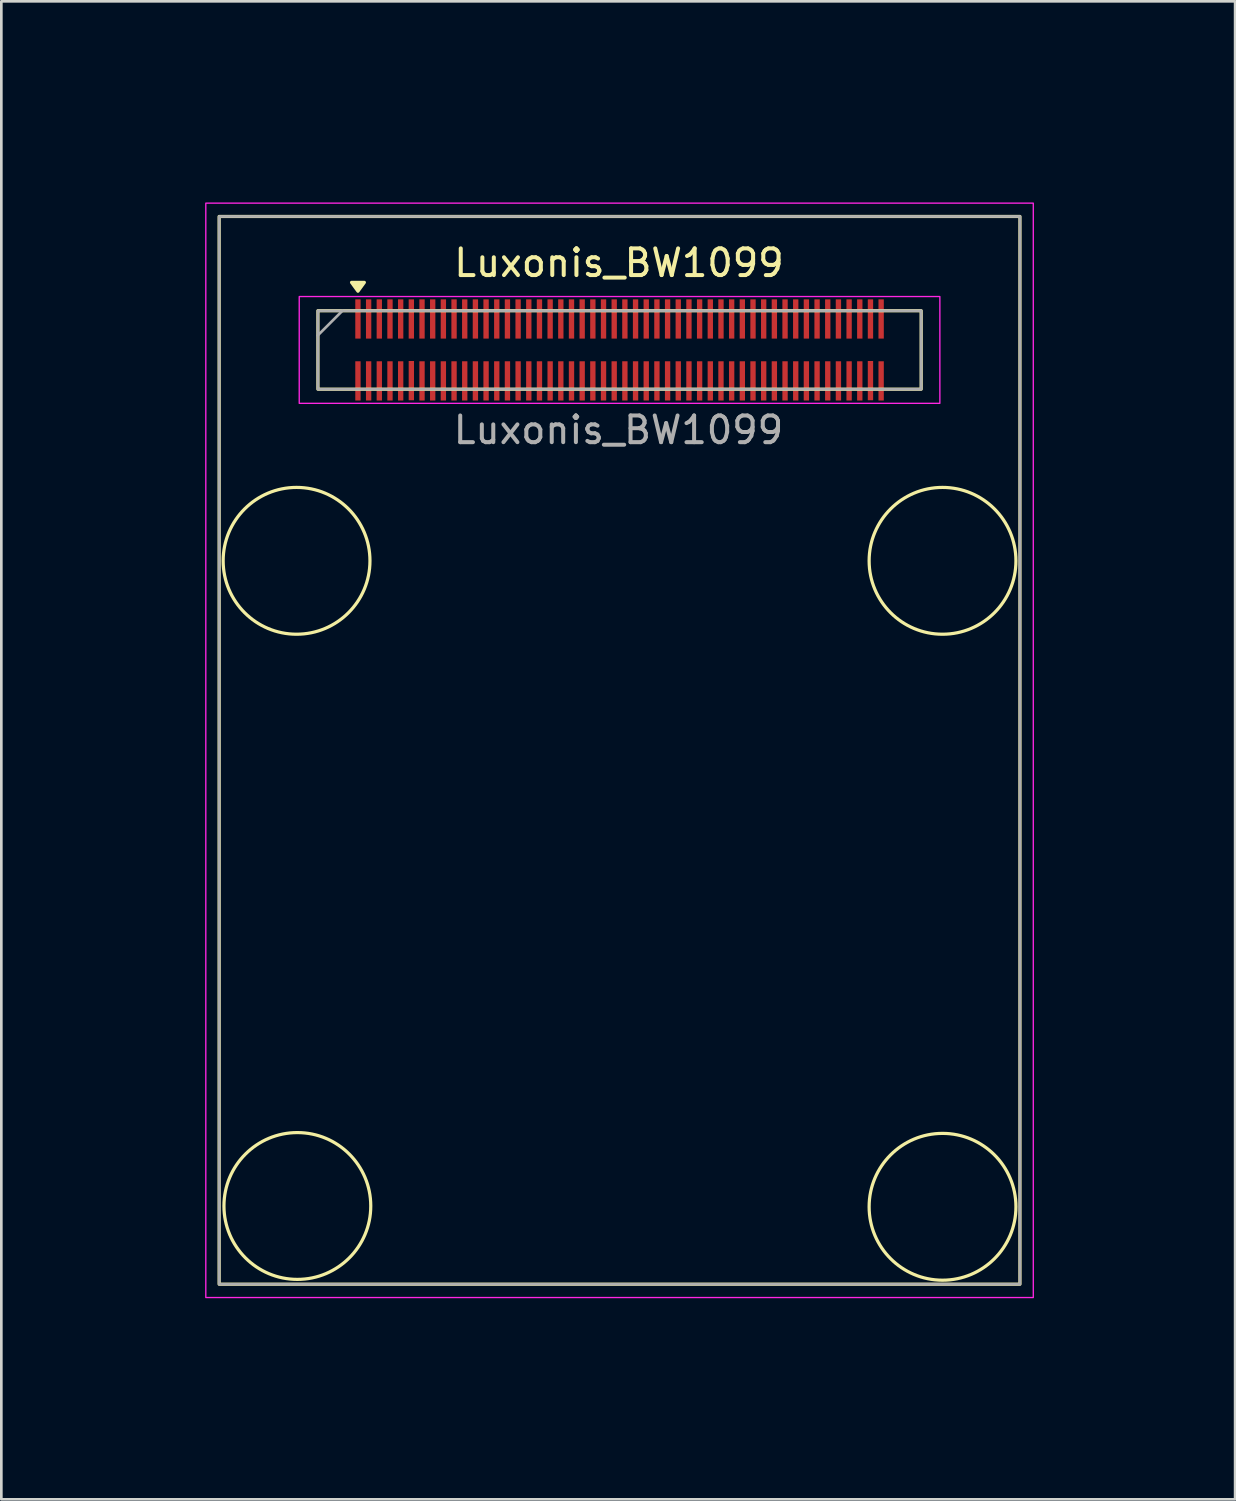
<source format=kicad_pcb>
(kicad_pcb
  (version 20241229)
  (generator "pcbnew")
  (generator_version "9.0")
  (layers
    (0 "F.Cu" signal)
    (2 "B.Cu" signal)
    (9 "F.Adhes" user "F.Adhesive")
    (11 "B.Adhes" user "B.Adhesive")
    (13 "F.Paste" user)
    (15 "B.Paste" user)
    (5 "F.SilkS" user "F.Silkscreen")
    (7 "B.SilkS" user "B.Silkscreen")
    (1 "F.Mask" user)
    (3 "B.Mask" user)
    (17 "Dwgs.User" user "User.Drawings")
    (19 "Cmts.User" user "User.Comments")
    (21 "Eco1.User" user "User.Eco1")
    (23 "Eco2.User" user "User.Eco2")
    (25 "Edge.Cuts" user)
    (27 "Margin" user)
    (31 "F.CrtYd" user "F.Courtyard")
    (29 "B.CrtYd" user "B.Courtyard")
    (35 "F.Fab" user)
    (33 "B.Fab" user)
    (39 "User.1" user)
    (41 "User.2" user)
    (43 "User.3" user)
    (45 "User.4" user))
  (footprint "Luxonis_BW1099"
    (layer "F.Cu")
    (at 20.16 25.06)
    (property "Reference" "Luxonis_BW1099" (at -0.02 -18.26 0) (unlocked yes) (layer "F.SilkS") (effects (font (size 1 1) (thickness 0.15))))
    (attr smd)
    (fp_rect (start -15 -20) (end 15 20) (stroke (width 0.12) (type solid)) (fill no) (layer "F.SilkS"))
    (fp_rect (start -11.3 -16.47) (end 11.3 -13.53) (stroke (width 0.12) (type solid)) (fill no) (layer "F.SilkS"))
    (fp_circle (center -12.1 -7.1) (end -9.35 -7.1) (stroke (width 0.12) (type solid)) (fill no) (layer "F.SilkS"))
    (fp_circle (center -12.07 17.07) (end -9.32 17.07) (stroke (width 0.12) (type solid)) (fill no) (layer "F.SilkS"))
    (fp_circle (center 12.1 -7.1) (end 14.85 -7.1) (stroke (width 0.12) (type solid)) (fill no) (layer "F.SilkS"))
    (fp_circle (center 12.1 17.1) (end 14.85 17.1) (stroke (width 0.12) (type solid)) (fill no) (layer "F.SilkS"))
    (fp_poly (pts (xy -9.8 -17.2) (xy -10.04 -17.53) (xy -9.56 -17.53) (xy -9.8 -17.2)) (stroke (width 0.12) (type solid)) (fill yes) (layer "F.SilkS"))
    (fp_rect (start -15.5 -20.5) (end 15.5 20.5) (stroke (width 0.05) (type default)) (fill no) (layer "F.CrtYd"))
    (fp_rect (start -12 -17) (end 12 -13) (stroke (width 0.05) (type solid)) (fill no) (layer "F.CrtYd"))
    (fp_line (start -10.38 -16.47) (end -11.31 -15.54) (stroke (width 0.1) (type solid)) (layer "F.Fab"))
    (fp_rect (start -15 -20) (end 15 20) (stroke (width 0.1) (type solid)) (fill no) (layer "F.Fab"))
    (fp_rect (start -11.3 -16.47) (end 11.3 -13.53) (stroke (width 0.1) (type solid)) (fill no) (layer "F.Fab"))
    (fp_line (start -20 -15) (end 20 -15) (stroke (width 0.12) (type solid)) (layer "User.1"))
    (fp_line (start -15.3 20) (end -20 20) (stroke (width 0.12) (type solid)) (layer "User.1"))
    (fp_line (start -15.2 -20) (end -20 -20) (stroke (width 0.12) (type solid)) (layer "User.1"))
    (fp_line (start -15 -20.3) (end -15 -25) (stroke (width 0.12) (type solid)) (layer "User.1"))
    (fp_line (start -12.1 -7.1) (end 20 -7.1) (stroke (width 0.12) (type solid)) (layer "User.1"))
    (fp_line (start 0 -25) (end 0 25) (stroke (width 0.12) (type solid)) (layer "User.1"))
    (fp_line (start 12.1 -7) (end 12.1 -25) (stroke (width 0.12) (type solid)) (layer "User.1"))
    (fp_line (start 12.1 -7) (end 12.1 25) (stroke (width 0.12) (type solid)) (layer "User.1"))
    (fp_line (start 20 17.1) (end -12.1 17.1) (stroke (width 0.12) (type solid)) (layer "User.1"))
    (fp_text user "${REFERENCE}" (at -0.04 -12 0) (unlocked yes) (layer "F.Fab") (effects (font (size 1 1) (thickness 0.15))))
    (fp_text user "<7.9mm>" (at 18.1 -11.1 90) (unlocked yes) (layer "User.1") (effects (font (size 1 1) (thickness 0.1))))
    (fp_text user "< ---------- 35mm ---------- >" (at -18.1 2.425 90) (unlocked yes) (layer "User.1") (effects (font (size 1 1) (thickness 0.1))))
    (fp_text user "<- 12.1mm ->" (at 6.15 -22.425 0) (unlocked yes) (layer "User.1") (effects (font (size 1 1) (thickness 0.1))))
    (fp_text user "-> 5mm <-" (at -19.4 -17.5 90) (unlocked yes) (layer "User.1") (effects (font (size 1 1) (thickness 0.1))))
    (fp_text user "4x M2 mount" (at 10.725 0.85 90) (unlocked yes) (layer "User.1") (effects (font (size 1 1) (thickness 0.15))))
    (fp_text user "<------ 24.2mm ----->" (at 18.1 4.8 90) (unlocked yes) (layer "User.1") (effects (font (size 1 1) (thickness 0.1))))
    (fp_text user "<-- 15mm -->" (at -7.3 -22.4 0) (unlocked yes) (layer "User.1") (effects (font (size 1 1) (thickness 0.1))))
    (pad "1" smd roundrect (at -9.8 -16.16) (size 0.2 1.47) (layers "F.Cu" "F.Mask" "F.Paste") (roundrect_rratio 0.02))
    (pad "2" smd roundrect (at -9.8 -13.84) (size 0.2 1.47) (layers "F.Cu" "F.Mask" "F.Paste") (roundrect_rratio 0.02))
    (pad "3" smd roundrect (at -9.4 -16.16) (size 0.2 1.47) (layers "F.Cu" "F.Mask" "F.Paste") (roundrect_rratio 0.02))
    (pad "4" smd roundrect (at -9.4 -13.84) (size 0.2 1.47) (layers "F.Cu" "F.Mask" "F.Paste") (roundrect_rratio 0.02))
    (pad "5" smd roundrect (at -9 -16.16) (size 0.2 1.47) (layers "F.Cu" "F.Mask" "F.Paste") (roundrect_rratio 0.02))
    (pad "6" smd roundrect (at -9 -13.84) (size 0.2 1.47) (layers "F.Cu" "F.Mask" "F.Paste") (roundrect_rratio 0.02))
    (pad "7" smd roundrect (at -8.6 -16.16) (size 0.2 1.47) (layers "F.Cu" "F.Mask" "F.Paste") (roundrect_rratio 0.02))
    (pad "8" smd roundrect (at -8.6 -13.84) (size 0.2 1.47) (layers "F.Cu" "F.Mask" "F.Paste") (roundrect_rratio 0.02))
    (pad "9" smd roundrect (at -8.2 -16.16) (size 0.2 1.47) (layers "F.Cu" "F.Mask" "F.Paste") (roundrect_rratio 0.02))
    (pad "10" smd roundrect (at -8.2 -13.84) (size 0.2 1.47) (layers "F.Cu" "F.Mask" "F.Paste") (roundrect_rratio 0.02))
    (pad "11" smd roundrect (at -7.8 -16.16) (size 0.2 1.47) (layers "F.Cu" "F.Mask" "F.Paste") (roundrect_rratio 0.02))
    (pad "12" smd roundrect (at -7.8 -13.85) (size 0.2 1.47) (layers "F.Cu" "F.Mask" "F.Paste") (roundrect_rratio 0.02))
    (pad "13" smd roundrect (at -7.4 -16.16) (size 0.2 1.47) (layers "F.Cu" "F.Mask" "F.Paste") (roundrect_rratio 0.02))
    (pad "14" smd roundrect (at -7.4 -13.84) (size 0.2 1.47) (layers "F.Cu" "F.Mask" "F.Paste") (roundrect_rratio 0.02))
    (pad "15" smd roundrect (at -7 -16.16) (size 0.2 1.47) (layers "F.Cu" "F.Mask" "F.Paste") (roundrect_rratio 0.02))
    (pad "16" smd roundrect (at -7 -13.84) (size 0.2 1.47) (layers "F.Cu" "F.Mask" "F.Paste") (roundrect_rratio 0.02))
    (pad "17" smd roundrect (at -6.6 -16.16) (size 0.2 1.47) (layers "F.Cu" "F.Mask" "F.Paste") (roundrect_rratio 0.02))
    (pad "18" smd roundrect (at -6.6 -13.84) (size 0.2 1.47) (layers "F.Cu" "F.Mask" "F.Paste") (roundrect_rratio 0.02))
    (pad "19" smd roundrect (at -6.2 -16.16) (size 0.2 1.47) (layers "F.Cu" "F.Mask" "F.Paste") (roundrect_rratio 0.02))
    (pad "20" smd roundrect (at -6.2 -13.84) (size 0.2 1.47) (layers "F.Cu" "F.Mask" "F.Paste") (roundrect_rratio 0.02))
    (pad "21" smd roundrect (at -5.8 -16.16) (size 0.2 1.47) (layers "F.Cu" "F.Mask" "F.Paste") (roundrect_rratio 0.02))
    (pad "22" smd roundrect (at -5.8 -13.84) (size 0.2 1.47) (layers "F.Cu" "F.Mask" "F.Paste") (roundrect_rratio 0.02))
    (pad "23" smd roundrect (at -5.4 -16.16) (size 0.2 1.47) (layers "F.Cu" "F.Mask" "F.Paste") (roundrect_rratio 0.02))
    (pad "24" smd roundrect (at -5.4 -13.84) (size 0.2 1.47) (layers "F.Cu" "F.Mask" "F.Paste") (roundrect_rratio 0.02))
    (pad "25" smd roundrect (at -5 -16.16) (size 0.2 1.47) (layers "F.Cu" "F.Mask" "F.Paste") (roundrect_rratio 0.02))
    (pad "26" smd roundrect (at -5 -13.84) (size 0.2 1.47) (layers "F.Cu" "F.Mask" "F.Paste") (roundrect_rratio 0.02))
    (pad "27" smd roundrect (at -4.6 -16.16) (size 0.2 1.47) (layers "F.Cu" "F.Mask" "F.Paste") (roundrect_rratio 0.02))
    (pad "28" smd roundrect (at -4.6 -13.84) (size 0.2 1.47) (layers "F.Cu" "F.Mask" "F.Paste") (roundrect_rratio 0.02))
    (pad "29" smd roundrect (at -4.2 -16.16) (size 0.2 1.47) (layers "F.Cu" "F.Mask" "F.Paste") (roundrect_rratio 0.02))
    (pad "30" smd roundrect (at -4.2 -13.84) (size 0.2 1.47) (layers "F.Cu" "F.Mask" "F.Paste") (roundrect_rratio 0.02))
    (pad "31" smd roundrect (at -3.8 -16.16) (size 0.2 1.47) (layers "F.Cu" "F.Mask" "F.Paste") (roundrect_rratio 0.02))
    (pad "32" smd roundrect (at -3.8 -13.84) (size 0.2 1.47) (layers "F.Cu" "F.Mask" "F.Paste") (roundrect_rratio 0.02))
    (pad "33" smd roundrect (at -3.4 -16.16) (size 0.2 1.47) (layers "F.Cu" "F.Mask" "F.Paste") (roundrect_rratio 0.02))
    (pad "34" smd roundrect (at -3.4 -13.84) (size 0.2 1.47) (layers "F.Cu" "F.Mask" "F.Paste") (roundrect_rratio 0.02))
    (pad "35" smd roundrect (at -3 -16.16) (size 0.2 1.47) (layers "F.Cu" "F.Mask" "F.Paste") (roundrect_rratio 0.02))
    (pad "36" smd roundrect (at -3 -13.84) (size 0.2 1.47) (layers "F.Cu" "F.Mask" "F.Paste") (roundrect_rratio 0.02))
    (pad "37" smd roundrect (at -2.6 -16.16) (size 0.2 1.47) (layers "F.Cu" "F.Mask" "F.Paste") (roundrect_rratio 0.02))
    (pad "38" smd roundrect (at -2.6 -13.84) (size 0.2 1.47) (layers "F.Cu" "F.Mask" "F.Paste") (roundrect_rratio 0.02))
    (pad "39" smd roundrect (at -2.2 -16.16) (size 0.2 1.47) (layers "F.Cu" "F.Mask" "F.Paste") (roundrect_rratio 0.02))
    (pad "40" smd roundrect (at -2.2 -13.84) (size 0.2 1.47) (layers "F.Cu" "F.Mask" "F.Paste") (roundrect_rratio 0.02))
    (pad "41" smd roundrect (at -1.8 -16.16) (size 0.2 1.47) (layers "F.Cu" "F.Mask" "F.Paste") (roundrect_rratio 0.02))
    (pad "42" smd roundrect (at -1.8 -13.84) (size 0.2 1.47) (layers "F.Cu" "F.Mask" "F.Paste") (roundrect_rratio 0.02))
    (pad "43" smd roundrect (at -1.4 -16.16) (size 0.2 1.47) (layers "F.Cu" "F.Mask" "F.Paste") (roundrect_rratio 0.02))
    (pad "44" smd roundrect (at -1.4 -13.84) (size 0.2 1.47) (layers "F.Cu" "F.Mask" "F.Paste") (roundrect_rratio 0.02))
    (pad "45" smd roundrect (at -1 -16.16) (size 0.2 1.47) (layers "F.Cu" "F.Mask" "F.Paste") (roundrect_rratio 0.02))
    (pad "46" smd roundrect (at -1 -13.84) (size 0.2 1.47) (layers "F.Cu" "F.Mask" "F.Paste") (roundrect_rratio 0.02))
    (pad "47" smd roundrect (at -0.6 -16.16) (size 0.2 1.47) (layers "F.Cu" "F.Mask" "F.Paste") (roundrect_rratio 0.02))
    (pad "48" smd roundrect (at -0.6 -13.84) (size 0.2 1.47) (layers "F.Cu" "F.Mask" "F.Paste") (roundrect_rratio 0.02))
    (pad "49" smd roundrect (at -0.2 -16.16) (size 0.2 1.47) (layers "F.Cu" "F.Mask" "F.Paste") (roundrect_rratio 0.02))
    (pad "50" smd roundrect (at -0.2 -13.84) (size 0.2 1.47) (layers "F.Cu" "F.Mask" "F.Paste") (roundrect_rratio 0.02))
    (pad "51" smd roundrect (at 0.2 -16.16) (size 0.2 1.47) (layers "F.Cu" "F.Mask" "F.Paste") (roundrect_rratio 0.02))
    (pad "52" smd roundrect (at 0.2 -13.84) (size 0.2 1.47) (layers "F.Cu" "F.Mask" "F.Paste") (roundrect_rratio 0.02))
    (pad "53" smd roundrect (at 0.6 -16.16) (size 0.2 1.47) (layers "F.Cu" "F.Mask" "F.Paste") (roundrect_rratio 0.02))
    (pad "54" smd roundrect (at 0.6 -13.84) (size 0.2 1.47) (layers "F.Cu" "F.Mask" "F.Paste") (roundrect_rratio 0.02))
    (pad "55" smd roundrect (at 1 -16.16) (size 0.2 1.47) (layers "F.Cu" "F.Mask" "F.Paste") (roundrect_rratio 0.02))
    (pad "56" smd roundrect (at 1 -13.84) (size 0.2 1.47) (layers "F.Cu" "F.Mask" "F.Paste") (roundrect_rratio 0.02))
    (pad "57" smd roundrect (at 1.4 -16.16) (size 0.2 1.47) (layers "F.Cu" "F.Mask" "F.Paste") (roundrect_rratio 0.02))
    (pad "58" smd roundrect (at 1.4 -13.84) (size 0.2 1.47) (layers "F.Cu" "F.Mask" "F.Paste") (roundrect_rratio 0.02))
    (pad "59" smd roundrect (at 1.8 -16.16) (size 0.2 1.47) (layers "F.Cu" "F.Mask" "F.Paste") (roundrect_rratio 0.02))
    (pad "60" smd roundrect (at 1.8 -13.84) (size 0.2 1.47) (layers "F.Cu" "F.Mask" "F.Paste") (roundrect_rratio 0.02))
    (pad "61" smd roundrect (at 2.2 -16.16) (size 0.2 1.47) (layers "F.Cu" "F.Mask" "F.Paste") (roundrect_rratio 0.02))
    (pad "62" smd roundrect (at 2.2 -13.84) (size 0.2 1.47) (layers "F.Cu" "F.Mask" "F.Paste") (roundrect_rratio 0.02))
    (pad "63" smd roundrect (at 2.6 -16.16) (size 0.2 1.47) (layers "F.Cu" "F.Mask" "F.Paste") (roundrect_rratio 0.02))
    (pad "64" smd roundrect (at 2.6 -13.84) (size 0.2 1.47) (layers "F.Cu" "F.Mask" "F.Paste") (roundrect_rratio 0.02))
    (pad "65" smd roundrect (at 3 -16.16) (size 0.2 1.47) (layers "F.Cu" "F.Mask" "F.Paste") (roundrect_rratio 0.02))
    (pad "66" smd roundrect (at 3 -13.84) (size 0.2 1.47) (layers "F.Cu" "F.Mask" "F.Paste") (roundrect_rratio 0.02))
    (pad "67" smd roundrect (at 3.4 -16.16) (size 0.2 1.47) (layers "F.Cu" "F.Mask" "F.Paste") (roundrect_rratio 0.02))
    (pad "68" smd roundrect (at 3.4 -13.84) (size 0.2 1.47) (layers "F.Cu" "F.Mask" "F.Paste") (roundrect_rratio 0.02))
    (pad "69" smd roundrect (at 3.8 -16.16) (size 0.2 1.47) (layers "F.Cu" "F.Mask" "F.Paste") (roundrect_rratio 0.02))
    (pad "70" smd roundrect (at 3.8 -13.84) (size 0.2 1.47) (layers "F.Cu" "F.Mask" "F.Paste") (roundrect_rratio 0.02))
    (pad "71" smd roundrect (at 4.2 -16.16) (size 0.2 1.47) (layers "F.Cu" "F.Mask" "F.Paste") (roundrect_rratio 0.02))
    (pad "72" smd roundrect (at 4.2 -13.84) (size 0.2 1.47) (layers "F.Cu" "F.Mask" "F.Paste") (roundrect_rratio 0.02))
    (pad "73" smd roundrect (at 4.6 -16.16) (size 0.2 1.47) (layers "F.Cu" "F.Mask" "F.Paste") (roundrect_rratio 0.02))
    (pad "74" smd roundrect (at 4.6 -13.84) (size 0.2 1.47) (layers "F.Cu" "F.Mask" "F.Paste") (roundrect_rratio 0.02))
    (pad "75" smd roundrect (at 5 -16.16) (size 0.2 1.47) (layers "F.Cu" "F.Mask" "F.Paste") (roundrect_rratio 0.02))
    (pad "76" smd roundrect (at 5 -13.84) (size 0.2 1.47) (layers "F.Cu" "F.Mask" "F.Paste") (roundrect_rratio 0.02))
    (pad "77" smd roundrect (at 5.4 -16.16) (size 0.2 1.47) (layers "F.Cu" "F.Mask" "F.Paste") (roundrect_rratio 0.02))
    (pad "78" smd roundrect (at 5.4 -13.84) (size 0.2 1.47) (layers "F.Cu" "F.Mask" "F.Paste") (roundrect_rratio 0.02))
    (pad "79" smd roundrect (at 5.8 -16.16) (size 0.2 1.47) (layers "F.Cu" "F.Mask" "F.Paste") (roundrect_rratio 0.02))
    (pad "80" smd roundrect (at 5.8 -13.84) (size 0.2 1.47) (layers "F.Cu" "F.Mask" "F.Paste") (roundrect_rratio 0.02))
    (pad "81" smd roundrect (at 6.2 -16.16) (size 0.2 1.47) (layers "F.Cu" "F.Mask" "F.Paste") (roundrect_rratio 0.02))
    (pad "82" smd roundrect (at 6.2 -13.84) (size 0.2 1.47) (layers "F.Cu" "F.Mask" "F.Paste") (roundrect_rratio 0.02))
    (pad "83" smd roundrect (at 6.6 -16.16) (size 0.2 1.47) (layers "F.Cu" "F.Mask" "F.Paste") (roundrect_rratio 0.02))
    (pad "84" smd roundrect (at 6.6 -13.84) (size 0.2 1.47) (layers "F.Cu" "F.Mask" "F.Paste") (roundrect_rratio 0.02))
    (pad "85" smd roundrect (at 7 -16.16) (size 0.2 1.47) (layers "F.Cu" "F.Mask" "F.Paste") (roundrect_rratio 0.02))
    (pad "86" smd roundrect (at 7 -13.84) (size 0.2 1.47) (layers "F.Cu" "F.Mask" "F.Paste") (roundrect_rratio 0.02))
    (pad "87" smd roundrect (at 7.4 -16.16) (size 0.2 1.47) (layers "F.Cu" "F.Mask" "F.Paste") (roundrect_rratio 0.02))
    (pad "88" smd roundrect (at 7.4 -13.84) (size 0.2 1.47) (layers "F.Cu" "F.Mask" "F.Paste") (roundrect_rratio 0.02))
    (pad "89" smd roundrect (at 7.8 -16.16) (size 0.2 1.47) (layers "F.Cu" "F.Mask" "F.Paste") (roundrect_rratio 0.02))
    (pad "90" smd roundrect (at 7.8 -13.84) (size 0.2 1.47) (layers "F.Cu" "F.Mask" "F.Paste") (roundrect_rratio 0.02))
    (pad "91" smd roundrect (at 8.2 -16.16) (size 0.2 1.47) (layers "F.Cu" "F.Mask" "F.Paste") (roundrect_rratio 0.02))
    (pad "92" smd roundrect (at 8.2 -13.84) (size 0.2 1.47) (layers "F.Cu" "F.Mask" "F.Paste") (roundrect_rratio 0.02))
    (pad "93" smd roundrect (at 8.6 -16.16) (size 0.2 1.47) (layers "F.Cu" "F.Mask" "F.Paste") (roundrect_rratio 0.02))
    (pad "94" smd roundrect (at 8.6 -13.84) (size 0.2 1.47) (layers "F.Cu" "F.Mask" "F.Paste") (roundrect_rratio 0.02))
    (pad "95" smd roundrect (at 9 -16.16) (size 0.2 1.47) (layers "F.Cu" "F.Mask" "F.Paste") (roundrect_rratio 0.02))
    (pad "96" smd roundrect (at 9 -13.84) (size 0.2 1.47) (layers "F.Cu" "F.Mask" "F.Paste") (roundrect_rratio 0.02))
    (pad "97" smd roundrect (at 9.4 -16.16) (size 0.2 1.47) (layers "F.Cu" "F.Mask" "F.Paste") (roundrect_rratio 0.02))
    (pad "98" smd roundrect (at 9.4 -13.85) (size 0.2 1.47) (layers "F.Cu" "F.Mask" "F.Paste") (roundrect_rratio 0.02))
    (pad "99" smd roundrect (at 9.8 -16.16) (size 0.2 1.47) (layers "F.Cu" "F.Mask" "F.Paste") (roundrect_rratio 0.02))
    (pad "100" smd roundrect (at 9.8 -13.84) (size 0.2 1.47) (layers "F.Cu" "F.Mask" "F.Paste") (roundrect_rratio 0.02)))
  (gr_rect
    (start -3 -3)
    (end 43.221 53.12)
    (stroke (width 0.1) (type default))
    (fill no)
    (layer "Edge.Cuts")))
</source>
